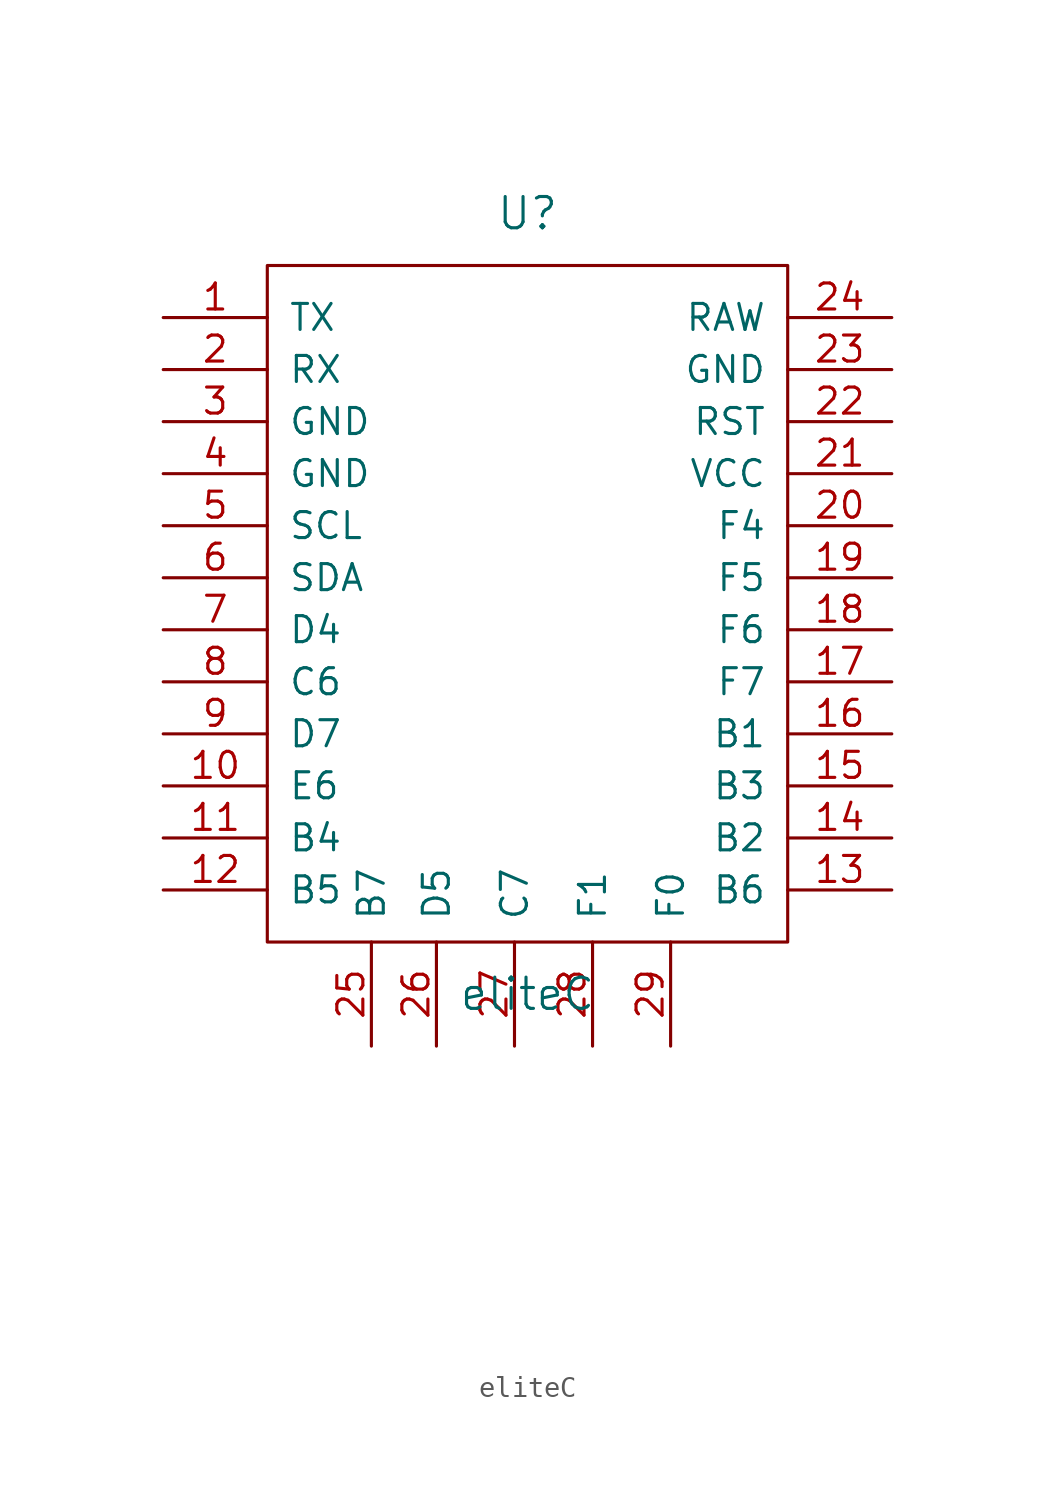
<source format=kicad_sym>
(kicad_symbol_lib
  (version 20201005)
  (generator kicad_symbol_editor)
  (symbol "elite-C:eliteC"
    (pin_names
      (offset 1.016))
    (property "Reference" "U"
      (at 0 24.13 0)
      (effects (font (size 1.524 1.524))))
    (property "Value" "eliteC"
      (at 0 -13.97 0)
      (effects (font (size 1.524 1.524))))
    (property "Footprint" ""
      (at 2.54 -26.67 0)
      (effects (font (size 1.524 1.524))))
    (property "Datasheet" ""
      (at 2.54 -26.67 0)
      (effects (font (size 1.524 1.524))))
    (symbol "eliteC_0_1"
      (rectangle (start -12.7 21.59) (end 12.7 -11.43) (stroke (width 0)) (fill (type none))))
    (symbol "eliteC_1_1"
      (pin bidirectional line (at -17.78 19.05 0) (length 5.08) (name "TX" (effects (font (size 1.27 1.27)))) (number "1" (effects (font (size 1.27 1.27)))))
      (pin bidirectional line (at -17.78 16.51 0) (length 5.08) (name "RX" (effects (font (size 1.27 1.27)))) (number "2" (effects (font (size 1.27 1.27)))))
      (pin power_in line (at -17.78 13.97 0) (length 5.08) (name "GND" (effects (font (size 1.27 1.27)))) (number "3" (effects (font (size 1.27 1.27)))))
      (pin power_in line (at -17.78 11.43 0) (length 5.08) (name "GND" (effects (font (size 1.27 1.27)))) (number "4" (effects (font (size 1.27 1.27)))))
      (pin bidirectional line (at -17.78 8.89 0) (length 5.08) (name "SCL" (effects (font (size 1.27 1.27)))) (number "5" (effects (font (size 1.27 1.27)))))
      (pin bidirectional line (at -17.78 6.35 0) (length 5.08) (name "SDA" (effects (font (size 1.27 1.27)))) (number "6" (effects (font (size 1.27 1.27)))))
      (pin bidirectional line (at -17.78 3.81 0) (length 5.08) (name "D4" (effects (font (size 1.27 1.27)))) (number "7" (effects (font (size 1.27 1.27)))))
      (pin bidirectional line (at -17.78 1.27 0) (length 5.08) (name "C6" (effects (font (size 1.27 1.27)))) (number "8" (effects (font (size 1.27 1.27)))))
      (pin bidirectional line (at -17.78 -1.27 0) (length 5.08) (name "D7" (effects (font (size 1.27 1.27)))) (number "9" (effects (font (size 1.27 1.27)))))
      (pin bidirectional line (at -17.78 -3.81 0) (length 5.08) (name "E6" (effects (font (size 1.27 1.27)))) (number "10" (effects (font (size 1.27 1.27)))))
      (pin bidirectional line (at 17.78 8.89 180) (length 5.08) (name "F4" (effects (font (size 1.27 1.27)))) (number "20" (effects (font (size 1.27 1.27)))))
      (pin bidirectional line (at -17.78 -6.35 0) (length 5.08) (name "B4" (effects (font (size 1.27 1.27)))) (number "11" (effects (font (size 1.27 1.27)))))
      (pin power_in line (at 17.78 11.43 180) (length 5.08) (name "VCC" (effects (font (size 1.27 1.27)))) (number "21" (effects (font (size 1.27 1.27)))))
      (pin bidirectional line (at -17.78 -8.89 0) (length 5.08) (name "B5" (effects (font (size 1.27 1.27)))) (number "12" (effects (font (size 1.27 1.27)))))
      (pin input line (at 17.78 13.97 180) (length 5.08) (name "RST" (effects (font (size 1.27 1.27)))) (number "22" (effects (font (size 1.27 1.27)))))
      (pin bidirectional line (at 17.78 -8.89 180) (length 5.08) (name "B6" (effects (font (size 1.27 1.27)))) (number "13" (effects (font (size 1.27 1.27)))))
      (pin power_in line (at 17.78 16.51 180) (length 5.08) (name "GND" (effects (font (size 1.27 1.27)))) (number "23" (effects (font (size 1.27 1.27)))))
      (pin bidirectional line (at 17.78 -6.35 180) (length 5.08) (name "B2" (effects (font (size 1.27 1.27)))) (number "14" (effects (font (size 1.27 1.27)))))
      (pin power_out line (at 17.78 19.05 180) (length 5.08) (name "RAW" (effects (font (size 1.27 1.27)))) (number "24" (effects (font (size 1.27 1.27)))))
      (pin bidirectional line (at 17.78 -3.81 180) (length 5.08) (name "B3" (effects (font (size 1.27 1.27)))) (number "15" (effects (font (size 1.27 1.27)))))
      (pin bidirectional line (at 17.78 -1.27 180) (length 5.08) (name "B1" (effects (font (size 1.27 1.27)))) (number "16" (effects (font (size 1.27 1.27)))))
      (pin bidirectional line (at 17.78 1.27 180) (length 5.08) (name "F7" (effects (font (size 1.27 1.27)))) (number "17" (effects (font (size 1.27 1.27)))))
      (pin bidirectional line (at 17.78 3.81 180) (length 5.08) (name "F6" (effects (font (size 1.27 1.27)))) (number "18" (effects (font (size 1.27 1.27)))))
      (pin bidirectional line (at 17.78 6.35 180) (length 5.08) (name "F5" (effects (font (size 1.27 1.27)))) (number "19" (effects (font (size 1.27 1.27)))))
      (pin bidirectional line (at -7.62 -16.51 90) (length 5.08) (name "B7" (effects (font (size 1.27 1.27)))) (number "25" (effects (font (size 1.27 1.27)))))
      (pin bidirectional line (at -4.445 -16.51 90) (length 5.08) (name "D5" (effects (font (size 1.27 1.27)))) (number "26" (effects (font (size 1.27 1.27)))))
      (pin bidirectional line (at -0.635 -16.51 90) (length 5.08) (name "C7" (effects (font (size 1.27 1.27)))) (number "27" (effects (font (size 1.27 1.27)))))
      (pin bidirectional line (at 3.175 -16.51 90) (length 5.08) (name "F1" (effects (font (size 1.27 1.27)))) (number "28" (effects (font (size 1.27 1.27)))))
      (pin bidirectional line (at 6.985 -16.51 90) (length 5.08) (name "F0" (effects (font (size 1.27 1.27)))) (number "29" (effects (font (size 1.27 1.27))))))))
</source>
